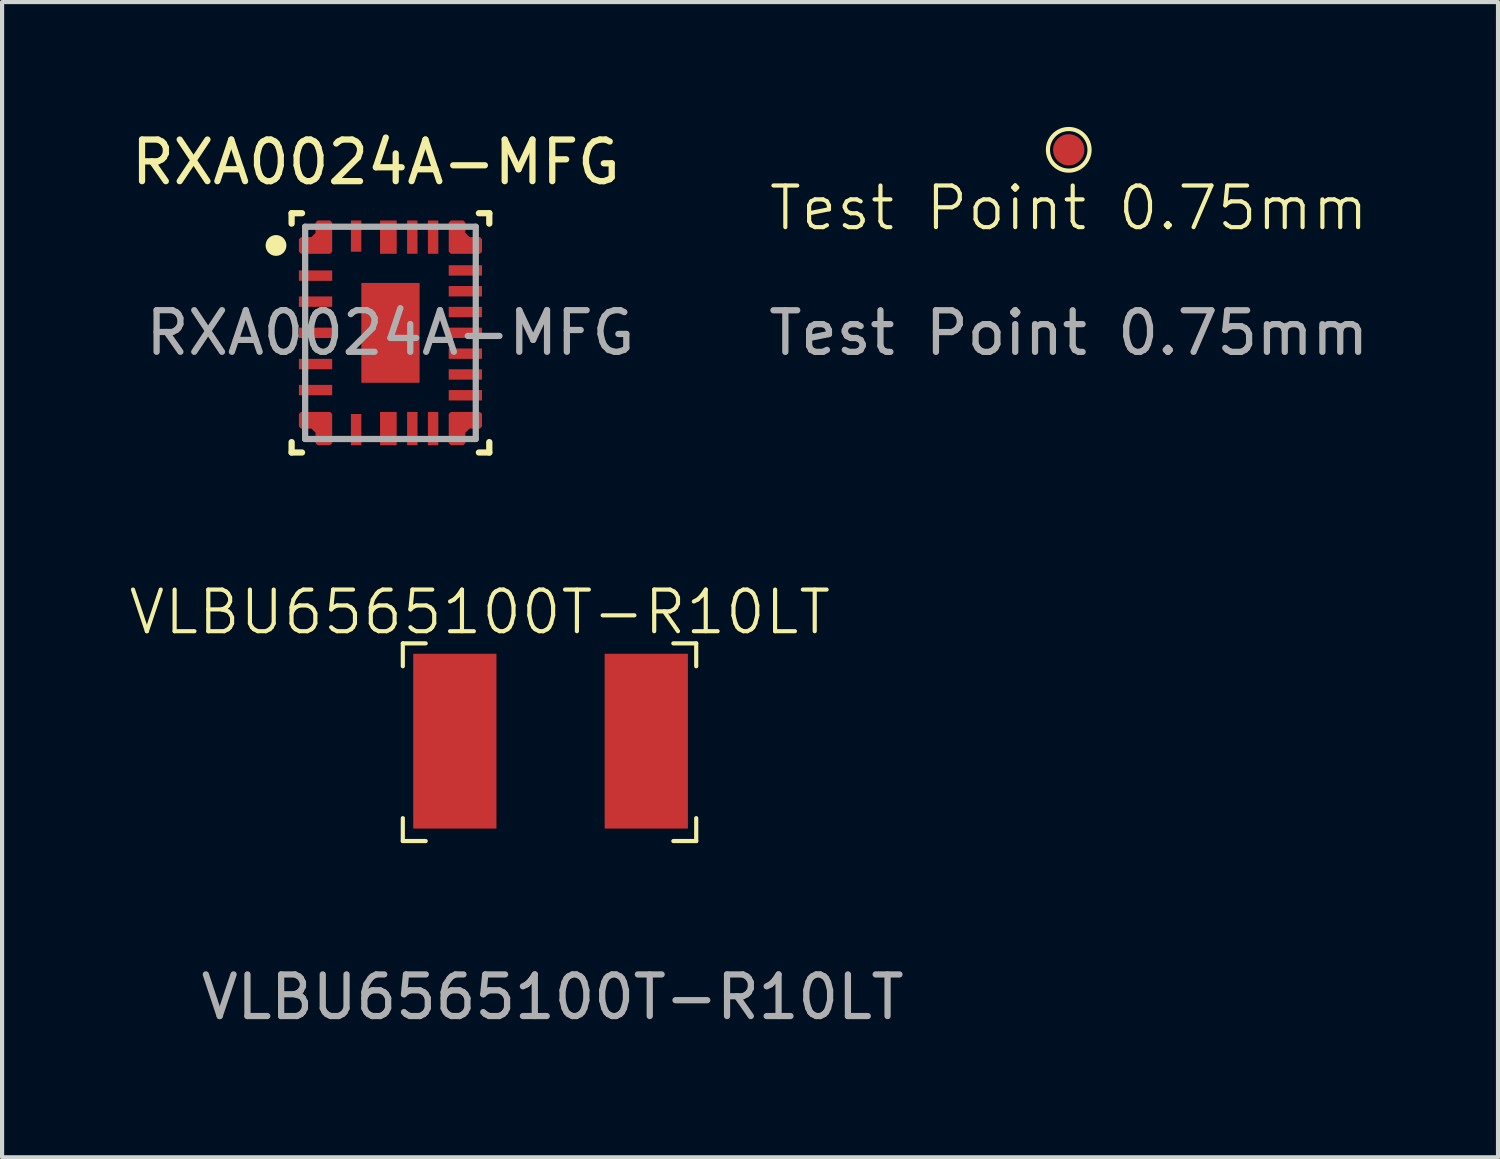
<source format=kicad_pcb>
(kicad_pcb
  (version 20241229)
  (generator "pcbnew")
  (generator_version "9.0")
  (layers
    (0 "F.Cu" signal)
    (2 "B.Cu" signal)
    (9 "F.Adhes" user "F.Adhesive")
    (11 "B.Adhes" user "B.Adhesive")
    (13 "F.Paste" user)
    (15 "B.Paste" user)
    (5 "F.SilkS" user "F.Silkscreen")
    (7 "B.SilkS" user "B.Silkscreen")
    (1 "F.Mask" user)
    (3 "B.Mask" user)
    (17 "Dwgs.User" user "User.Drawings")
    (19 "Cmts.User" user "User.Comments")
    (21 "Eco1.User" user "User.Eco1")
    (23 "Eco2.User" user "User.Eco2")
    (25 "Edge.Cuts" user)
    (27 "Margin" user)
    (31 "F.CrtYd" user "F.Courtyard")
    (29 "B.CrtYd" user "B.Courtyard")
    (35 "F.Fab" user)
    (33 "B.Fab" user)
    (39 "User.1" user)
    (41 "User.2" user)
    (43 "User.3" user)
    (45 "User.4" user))
  (footprint "VLBU6565100T-R10LT"
    (layer "F.Cu")
    (at 10.179 14.759)
    (property "Reference" "VLBU6565100T-R10LT" (at -1.7 -3.1 0) (unlocked yes) (layer "F.SilkS") (effects (font (size 1 1) (thickness 0.1))))
    (attr smd)
    (fp_line (start -3.55 -2.35) (end -3 -2.35) (stroke (width 0.1) (type default)) (layer "F.SilkS"))
    (fp_line (start -3.55 -1.8) (end -3.55 -2.35) (stroke (width 0.1) (type default)) (layer "F.SilkS"))
    (fp_line (start -3.55 2.4) (end -3.55 1.85) (stroke (width 0.1) (type default)) (layer "F.SilkS"))
    (fp_line (start -3 2.4) (end -3.55 2.4) (stroke (width 0.1) (type default)) (layer "F.SilkS"))
    (fp_line (start 2.95 -2.35) (end 3.5 -2.35) (stroke (width 0.1) (type default)) (layer "F.SilkS"))
    (fp_line (start 3.5 -2.35) (end 3.5 -1.8) (stroke (width 0.1) (type default)) (layer "F.SilkS"))
    (fp_line (start 3.5 1.85) (end 3.5 2.4) (stroke (width 0.1) (type default)) (layer "F.SilkS"))
    (fp_line (start 3.5 2.4) (end 2.95 2.4) (stroke (width 0.1) (type default)) (layer "F.SilkS"))
    (fp_text user "${REFERENCE}" (at 0.05 6.15 0) (unlocked yes) (layer "F.Fab") (effects (font (size 1 1) (thickness 0.15))))
    (pad "1" smd rect (at -2.3 0 270) (size 4.2 2) (layers "F.Cu" "F.Mask" "F.Paste"))
    (pad "2" smd rect (at 2.3 0 270) (size 4.2 2) (layers "F.Cu" "F.Mask" "F.Paste")))
  (footprint "Test Point 0.75mm"
    (layer "F.Cu")
    (at 22.63 0.55)
    (property "Reference" "Test Point 0.75mm" (at 0 1.4 0) (unlocked yes) (layer "F.SilkS") (effects (font (size 1 1) (thickness 0.1))))
    (attr smd)
    (fp_circle (center 0 0) (end 0 -0.5) (stroke (width 0.1) (type default)) (fill no) (layer "F.SilkS"))
    (fp_text user "${REFERENCE}" (at 0 4.4 0) (unlocked yes) (layer "F.Fab") (effects (font (size 1 1) (thickness 0.15))))
    (pad "1" smd circle (at 0 0) (size 0.75 0.75) (layers "F.Cu" "F.Mask" "F.Paste")))
  (footprint "RXA0024A-MFG"
    (layer "F.Cu")
    (at 6.332 4.948)
    (property "Reference" "RXA0024A-MFG" (at -0.35 -4.1 0) (unlocked yes) (layer "F.SilkS") (effects (font (size 1 1) (thickness 0.15))))
    (attr smd)
    (fp_poly (pts (xy -2.2 -2.25) (xy -2.15 -2.3) (xy -1.9 -2.3) (xy -1.8 -2.4) (xy -1.8 -2.65) (xy -1.75 -2.7) (xy -1.45 -2.7) (xy -1.4 -2.65) (xy -1.4 -1.95) (xy -1.45 -1.9) (xy -2.15 -1.9) (xy -2.2 -1.95)) (stroke (width 0) (type solid)) (fill yes) (layer "F.Cu"))
    (fp_poly (pts (xy -2.2 2.25) (xy -2.15 2.3) (xy -1.9 2.3) (xy -1.8 2.4) (xy -1.8 2.65) (xy -1.75 2.7) (xy -1.45 2.7) (xy -1.4 2.65) (xy -1.4 1.95) (xy -1.45 1.9) (xy -2.15 1.9) (xy -2.2 1.95)) (stroke (width 0) (type solid)) (fill yes) (layer "F.Cu"))
    (fp_poly (pts (xy 2.2 -2.25) (xy 2.15 -2.3) (xy 1.9 -2.3) (xy 1.8 -2.4) (xy 1.8 -2.65) (xy 1.75 -2.7) (xy 1.45 -2.7) (xy 1.4 -2.65) (xy 1.4 -1.95) (xy 1.45 -1.9) (xy 2.15 -1.9) (xy 2.2 -1.95)) (stroke (width 0) (type solid)) (fill yes) (layer "F.Cu"))
    (fp_poly (pts (xy 2.2 2.25) (xy 2.15 2.3) (xy 1.9 2.3) (xy 1.8 2.4) (xy 1.8 2.65) (xy 1.75 2.7) (xy 1.45 2.7) (xy 1.4 2.65) (xy 1.4 1.95) (xy 1.45 1.9) (xy 2.15 1.9) (xy 2.2 1.95)) (stroke (width 0) (type solid)) (fill yes) (layer "F.Cu"))
    (fp_poly (pts (xy -2.2 -2.25) (xy -2.15 -2.3) (xy -1.9 -2.3) (xy -1.8 -2.4) (xy -1.8 -2.65) (xy -1.75 -2.7) (xy -1.45 -2.7) (xy -1.4 -2.65) (xy -1.4 -1.95) (xy -1.45 -1.9) (xy -2.15 -1.9) (xy -2.2 -1.95)) (stroke (width 0) (type solid)) (fill yes) (layer "F.Mask"))
    (fp_poly (pts (xy -2.2 2.25) (xy -2.2 1.95) (xy -2.15 1.9) (xy -1.45 1.9) (xy -1.4 1.95) (xy -1.4 2.65) (xy -1.45 2.7) (xy -1.75 2.7) (xy -1.8 2.65) (xy -1.8 2.4) (xy -1.9 2.3) (xy -2.15 2.3)) (stroke (width 0) (type solid)) (fill yes) (layer "F.Mask"))
    (fp_poly (pts (xy 2.2 -2.25) (xy 2.2 -1.95) (xy 2.15 -1.9) (xy 1.45 -1.9) (xy 1.4 -1.95) (xy 1.4 -2.65) (xy 1.45 -2.7) (xy 1.75 -2.7) (xy 1.8 -2.65) (xy 1.8 -2.4) (xy 1.9 -2.3) (xy 2.15 -2.3)) (stroke (width 0) (type solid)) (fill yes) (layer "F.Mask"))
    (fp_poly (pts (xy 2.2 2.25) (xy 2.15 2.3) (xy 1.9 2.3) (xy 1.8 2.4) (xy 1.8 2.65) (xy 1.75 2.7) (xy 1.45 2.7) (xy 1.4 2.65) (xy 1.4 1.95) (xy 1.45 1.9) (xy 2.15 1.9) (xy 2.2 1.95)) (stroke (width 0) (type solid)) (fill yes) (layer "F.Mask"))
    (fp_line (start -2.375 -2.875) (end -2.125 -2.875) (stroke (width 0.15) (type solid)) (layer "F.SilkS"))
    (fp_line (start -2.375 -2.625) (end -2.375 -2.875) (stroke (width 0.15) (type solid)) (layer "F.SilkS"))
    (fp_line (start -2.375 2.875) (end -2.375 2.625) (stroke (width 0.15) (type solid)) (layer "F.SilkS"))
    (fp_line (start -2.375 2.875) (end -2.125 2.875) (stroke (width 0.15) (type solid)) (layer "F.SilkS"))
    (fp_line (start 2.125 -2.875) (end 2.375 -2.875) (stroke (width 0.15) (type solid)) (layer "F.SilkS"))
    (fp_line (start 2.125 2.875) (end 2.375 2.875) (stroke (width 0.15) (type solid)) (layer "F.SilkS"))
    (fp_line (start 2.375 -2.625) (end 2.375 -2.875) (stroke (width 0.15) (type solid)) (layer "F.SilkS"))
    (fp_line (start 2.375 2.875) (end 2.375 2.625) (stroke (width 0.15) (type solid)) (layer "F.SilkS"))
    (fp_circle (center -2.75 -2.1) (end -2.625 -2.1) (stroke (width 0.25) (type solid)) (fill no) (layer "F.SilkS"))
    (fp_poly (pts (xy -0.6 -0.1) (xy -0.65 -0.15) (xy -0.65 -1.11) (xy -0.6 -1.16) (xy 0.6 -1.16) (xy 0.65 -1.11) (xy 0.65 -0.15) (xy 0.6 -0.1)) (stroke (width 0) (type solid)) (fill yes) (layer "F.Paste"))
    (fp_poly (pts (xy 0.65 1.11) (xy 0.6 1.16) (xy -0.6 1.16) (xy -0.65 1.11) (xy -0.65 0.15) (xy -0.6 0.1) (xy 0.6 0.1) (xy 0.65 0.15)) (stroke (width 0) (type solid)) (fill yes) (layer "F.Paste"))
    (fp_poly (pts (xy -2.2 -2.25) (xy -2.15 -2.3) (xy -1.9 -2.3) (xy -1.8 -2.4) (xy -1.8 -2.65) (xy -1.75 -2.7) (xy -1.45 -2.7) (xy -1.4 -2.65) (xy -1.4 -1.95) (xy -1.45 -1.9) (xy -2.15 -1.9) (xy -2.2 -1.95)) (stroke (width 0) (type solid)) (fill yes) (layer "F.Paste"))
    (fp_poly (pts (xy -2.2 2.25) (xy -2.2 1.95) (xy -2.15 1.9) (xy -1.45 1.9) (xy -1.4 1.95) (xy -1.4 2.65) (xy -1.45 2.7) (xy -1.75 2.7) (xy -1.8 2.65) (xy -1.8 2.4) (xy -1.9 2.3) (xy -2.15 2.3)) (stroke (width 0) (type solid)) (fill yes) (layer "F.Paste"))
    (fp_poly (pts (xy 2.2 -2.25) (xy 2.2 -1.95) (xy 2.15 -1.9) (xy 1.45 -1.9) (xy 1.4 -1.95) (xy 1.4 -2.65) (xy 1.45 -2.7) (xy 1.75 -2.7) (xy 1.8 -2.65) (xy 1.8 -2.4) (xy 1.9 -2.3) (xy 2.15 -2.3)) (stroke (width 0) (type solid)) (fill yes) (layer "F.Paste"))
    (fp_poly (pts (xy 2.2 2.25) (xy 2.15 2.3) (xy 1.9 2.3) (xy 1.8 2.4) (xy 1.8 2.65) (xy 1.75 2.7) (xy 1.45 2.7) (xy 1.4 2.65) (xy 1.4 1.95) (xy 1.45 1.9) (xy 2.15 1.9) (xy 2.2 1.95)) (stroke (width 0) (type solid)) (fill yes) (layer "F.Paste"))
    (fp_line (start -2.05 -2.55) (end 2.05 -2.55) (stroke (width 0.15) (type solid)) (layer "F.Fab"))
    (fp_line (start -2.05 2.55) (end -2.05 -2.55) (stroke (width 0.15) (type solid)) (layer "F.Fab"))
    (fp_line (start -2.05 2.55) (end 2.05 2.55) (stroke (width 0.15) (type solid)) (layer "F.Fab"))
    (fp_line (start 2.05 2.55) (end 2.05 -2.55) (stroke (width 0.15) (type solid)) (layer "F.Fab"))
    (fp_text user "${REFERENCE}" (at 0 0 0) (unlocked yes) (layer "F.Fab") (effects (font (size 1 1) (thickness 0.15))))
    (pad "1" smd circle (at -1.65 -2.15) (size 0.45 0.45) (layers "F.Cu" "F.Mask" "F.Paste"))
    (pad "2" smd rect (at -1.8 -1.375) (size 0.8 0.25) (layers "F.Cu" "F.Mask" "F.Paste"))
    (pad "3" smd rect (at -1.8 -0.75) (size 0.8 0.25) (layers "F.Cu" "F.Mask" "F.Paste"))
    (pad "4" smd rect (at -1.8 0) (size 0.8 0.25) (layers "F.Cu" "F.Mask" "F.Paste"))
    (pad "5" smd rect (at -1.8 0.75) (size 0.8 0.25) (layers "F.Cu" "F.Mask" "F.Paste"))
    (pad "6" smd rect (at -1.8 1.375) (size 0.8 0.25) (layers "F.Cu" "F.Mask" "F.Paste"))
    (pad "7" smd circle (at -1.65 2.15) (size 0.45 0.45) (layers "F.Cu" "F.Mask" "F.Paste"))
    (pad "8" smd rect (at -0.825 2.325) (size 0.25 0.75) (layers "F.Cu" "F.Mask" "F.Paste"))
    (pad "9" smd rect (at -0.05 2.3) (size 0.4 0.8) (layers "F.Cu" "F.Mask" "F.Paste"))
    (pad "10" smd rect (at 0.525 2.3 90) (size 0.8 0.25) (layers "F.Cu" "F.Mask" "F.Paste"))
    (pad "11" smd rect (at 1.025 2.3 90) (size 0.8 0.25) (layers "F.Cu" "F.Mask" "F.Paste"))
    (pad "12" smd circle (at 1.65 2.15) (size 0.45 0.45) (layers "F.Cu" "F.Mask" "F.Paste"))
    (pad "13" smd rect (at 1.8 1.5) (size 0.8 0.25) (layers "F.Cu" "F.Mask" "F.Paste"))
    (pad "14" smd rect (at 1.8 1) (size 0.8 0.25) (layers "F.Cu" "F.Mask" "F.Paste"))
    (pad "15" smd rect (at 1.8 0.5) (size 0.8 0.25) (layers "F.Cu" "F.Mask" "F.Paste"))
    (pad "16" smd rect (at 1.8 0) (size 0.8 0.25) (layers "F.Cu" "F.Mask" "F.Paste"))
    (pad "17" smd rect (at 1.8 -0.5) (size 0.8 0.25) (layers "F.Cu" "F.Mask" "F.Paste"))
    (pad "18" smd rect (at 1.8 -1) (size 0.8 0.25) (layers "F.Cu" "F.Mask" "F.Paste"))
    (pad "19" smd rect (at 1.8 -1.5) (size 0.8 0.25) (layers "F.Cu" "F.Mask" "F.Paste"))
    (pad "20" smd circle (at 1.65 -2.15) (size 0.45 0.45) (layers "F.Cu" "F.Mask" "F.Paste"))
    (pad "21" smd rect (at 1.025 -2.3 90) (size 0.8 0.25) (layers "F.Cu" "F.Mask" "F.Paste"))
    (pad "22" smd rect (at 0.525 -2.3 90) (size 0.8 0.25) (layers "F.Cu" "F.Mask" "F.Paste"))
    (pad "23" smd rect (at -0.05 -2.3) (size 0.4 0.8) (layers "F.Cu" "F.Mask" "F.Paste"))
    (pad "24" smd rect (at -0.825 -2.325) (size 0.25 0.75) (layers "F.Cu" "F.Mask" "F.Paste"))
    (pad "25" smd rect (at 0 0) (size 1.4 2.4) (layers "F.Cu" "F.Mask")))
  (gr_rect
    (start -3 -3)
    (end 32.945 24.757)
    (stroke (width 0.1) (type default))
    (fill no)
    (layer "Edge.Cuts")))
</source>
